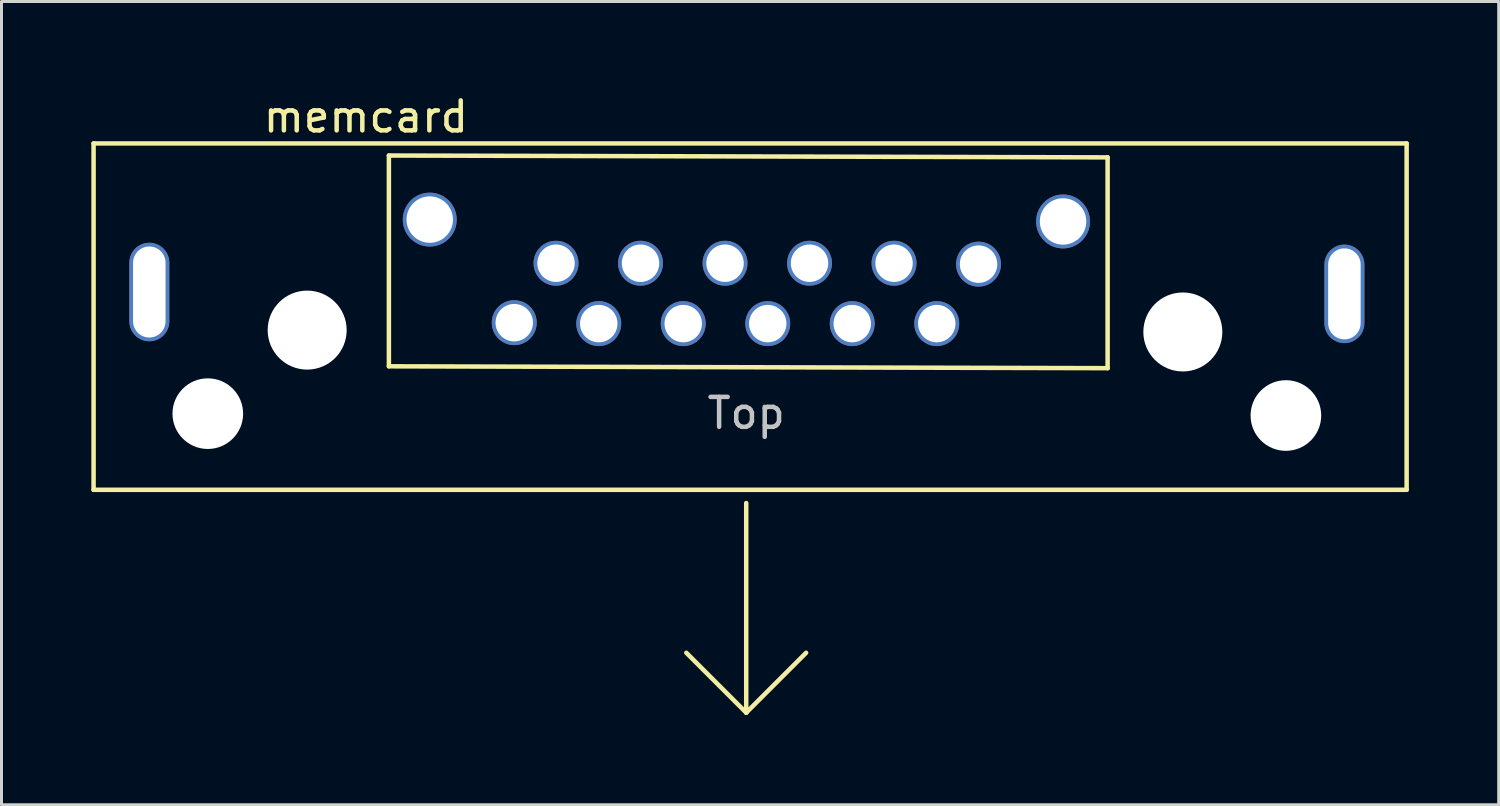
<source format=kicad_pcb>
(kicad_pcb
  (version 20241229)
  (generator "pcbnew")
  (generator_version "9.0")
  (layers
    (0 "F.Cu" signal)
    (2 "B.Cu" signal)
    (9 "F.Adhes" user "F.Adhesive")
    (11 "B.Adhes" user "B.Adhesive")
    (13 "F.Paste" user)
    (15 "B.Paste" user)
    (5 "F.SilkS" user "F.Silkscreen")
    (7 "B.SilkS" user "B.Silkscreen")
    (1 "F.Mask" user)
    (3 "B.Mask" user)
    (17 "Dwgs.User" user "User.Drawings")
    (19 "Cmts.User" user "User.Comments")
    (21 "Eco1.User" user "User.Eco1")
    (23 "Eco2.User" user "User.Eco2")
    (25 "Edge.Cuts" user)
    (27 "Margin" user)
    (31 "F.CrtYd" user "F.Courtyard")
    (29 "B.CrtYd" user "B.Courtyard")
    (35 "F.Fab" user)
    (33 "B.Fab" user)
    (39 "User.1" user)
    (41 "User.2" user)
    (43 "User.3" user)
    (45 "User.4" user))
  (footprint "memcard"
    (layer "F.Cu")
    (at 21.868 6.748)
    (property "Reference" "memcard" (at -12.7 -5.9 0) (layer "F.SilkS") (effects (font (size 1 1) (thickness 0.15))))
    (attr through_hole)
    (fp_line (start -21.793 -5.008) (end -21.793 6.558) (stroke (width 0.15) (type solid)) (layer "F.SilkS"))
    (fp_line (start -21.793 6.558) (end 22.053 6.558) (stroke (width 0.15) (type solid)) (layer "F.SilkS"))
    (fp_line (start -11.932 -4.605) (end 12.068 -4.543) (stroke (width 0.15) (type solid)) (layer "F.SilkS"))
    (fp_line (start -11.932 2.434) (end -11.932 -4.605) (stroke (width 0.15) (type solid)) (layer "F.SilkS"))
    (fp_line (start 0 7) (end 0 14) (stroke (width 0.15) (type solid)) (layer "F.SilkS"))
    (fp_line (start 0 14) (end -2 12) (stroke (width 0.15) (type solid)) (layer "F.SilkS"))
    (fp_line (start 0 14) (end 2 12) (stroke (width 0.15) (type solid)) (layer "F.SilkS"))
    (fp_line (start 12.068 -4.543) (end 12.068 2.496) (stroke (width 0.15) (type solid)) (layer "F.SilkS"))
    (fp_line (start 12.068 2.496) (end -11.932 2.434) (stroke (width 0.15) (type solid)) (layer "F.SilkS"))
    (fp_line (start 22.053 -5.008) (end -21.793 -5.008) (stroke (width 0.15) (type solid)) (layer "F.SilkS"))
    (fp_line (start 22.053 6.558) (end 22.053 -5.008) (stroke (width 0.15) (type solid)) (layer "F.SilkS"))
    (fp_text user "Top" (at 0 4 0) (layer "Dwgs.User") (effects (font (size 1 1) (thickness 0.15))))
    (pad "" np_thru_hole circle (at -17.979 4.015) (size 2.359 2.359) (drill 2.359) (layers "*.Cu" "*.Mask"))
    (pad "" np_thru_hole circle (at -14.661 1.225) (size 2.638 2.638) (drill 2.638) (layers "*.Cu" "*.Mask"))
    (pad "" np_thru_hole circle (at 14.58 1.287) (size 2.638 2.638) (drill 2.638) (layers "*.Cu" "*.Mask"))
    (pad "" np_thru_hole circle (at 18.021 4.077) (size 2.359 2.359) (drill 2.359) (layers "*.Cu" "*.Mask"))
    (pad "1" thru_hole circle (at -6.351 -1.008) (size 1.5 1.5) (drill 1.25) (layers "*.Cu" "*.Paste" "*.Mask"))
    (pad "1" thru_hole circle (at 4.936 -1.008) (size 1.5 1.5) (drill 1.25) (layers "*.Cu" "*.Paste" "*.Mask"))
    (pad "2" thru_hole circle (at -3.529 -1.008) (size 1.5 1.5) (drill 1.25) (layers "*.Cu" "*.Paste" "*.Mask"))
    (pad "3" thru_hole circle (at -0.707 -1.008) (size 1.5 1.5) (drill 1.25) (layers "*.Cu" "*.Paste" "*.Mask"))
    (pad "4" thru_hole circle (at 2.114 -1.008) (size 1.5 1.5) (drill 1.25) (layers "*.Cu" "*.Paste" "*.Mask"))
    (pad "5" thru_hole oval (at -19.932 -0.047) (size 1.335 3.289) (drill oval 1.085 3.039) (layers "*.Cu" "*.Paste" "*.Mask"))
    (pad "5" thru_hole circle (at -10.568 -2.465) (size 1.8 1.8) (drill 1.55) (layers "*.Cu" "*.Paste" "*.Mask"))
    (pad "5" thru_hole circle (at 10.58 -2.403) (size 1.8 1.8) (drill 1.55) (layers "*.Cu" "*.Paste" "*.Mask"))
    (pad "5" thru_hole oval (at 19.975 0.015) (size 1.335 3.289) (drill oval 1.085 3.039) (layers "*.Cu" "*.Paste" "*.Mask"))
    (pad "6" thru_hole circle (at 7.758 -0.977) (size 1.5 1.5) (drill 1.25) (layers "*.Cu" "*.Paste" "*.Mask"))
    (pad "7" thru_hole circle (at -7.746 0.977) (size 1.5 1.5) (drill 1.25) (layers "*.Cu" "*.Paste" "*.Mask"))
    (pad "8" thru_hole circle (at -4.924 1.008) (size 1.5 1.5) (drill 1.25) (layers "*.Cu" "*.Paste" "*.Mask"))
    (pad "9" thru_hole circle (at -2.103 1.008) (size 1.5 1.5) (drill 1.25) (layers "*.Cu" "*.Paste" "*.Mask"))
    (pad "10" thru_hole circle (at 0.719 1.008) (size 1.5 1.5) (drill 1.25) (layers "*.Cu" "*.Paste" "*.Mask"))
    (pad "11" thru_hole circle (at 3.541 1.008) (size 1.5 1.5) (drill 1.25) (layers "*.Cu" "*.Paste" "*.Mask"))
    (pad "12" thru_hole circle (at 6.363 1.008) (size 1.5 1.5) (drill 1.25) (layers "*.Cu" "*.Paste" "*.Mask")))
  (gr_rect
    (start -3 -3)
    (end 46.995 23.823)
    (stroke (width 0.1) (type default))
    (fill no)
    (layer "Edge.Cuts")))
</source>
